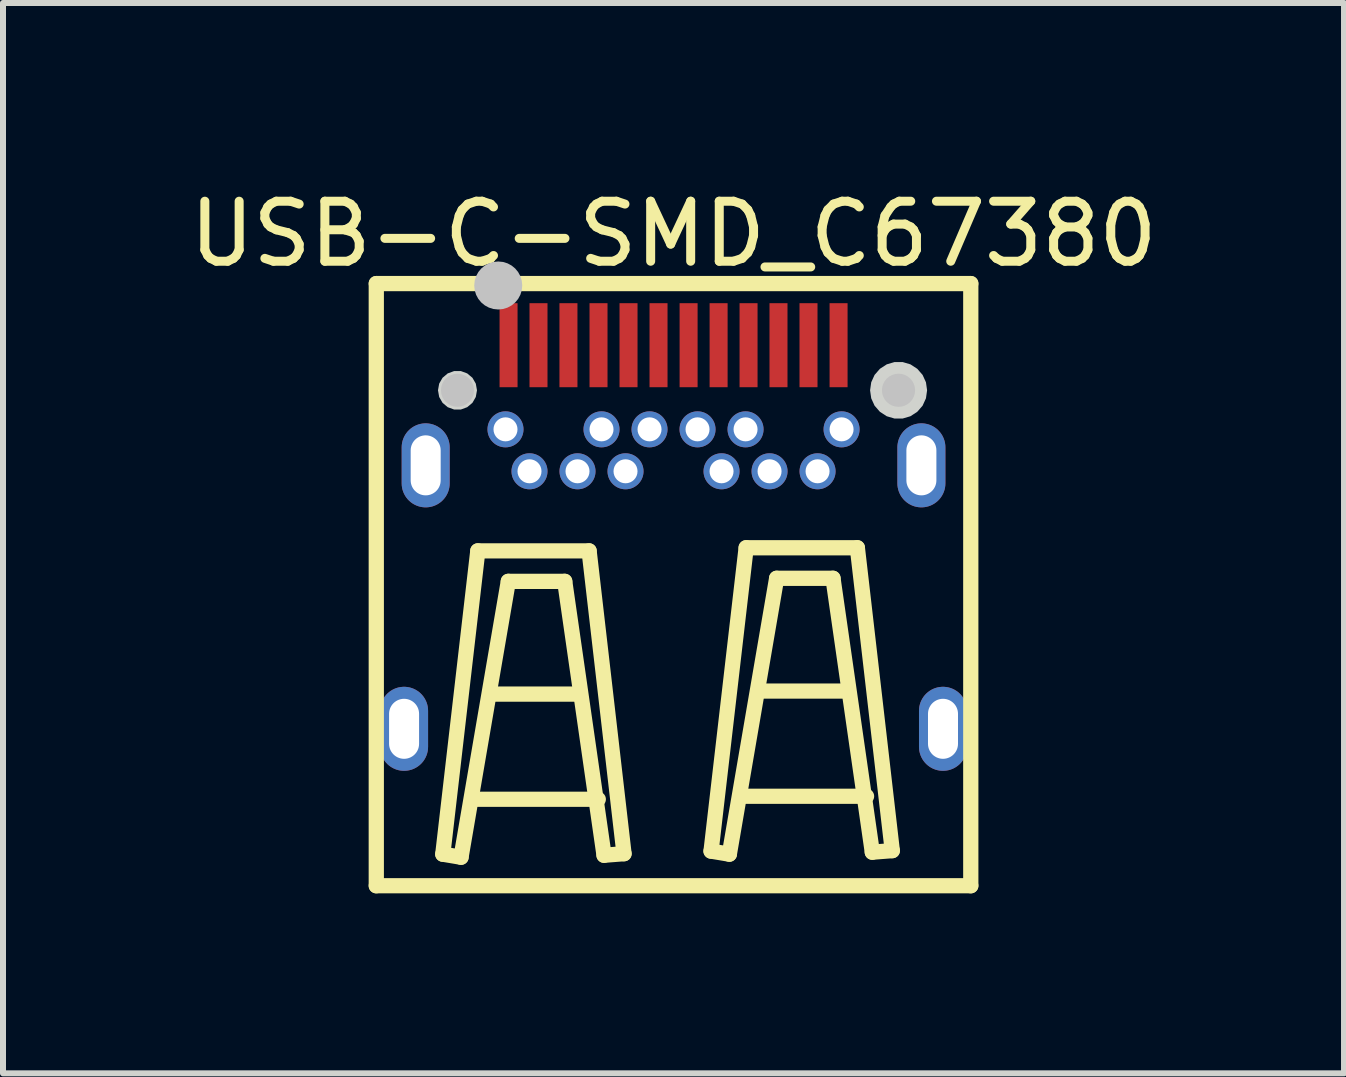
<source format=kicad_pcb>
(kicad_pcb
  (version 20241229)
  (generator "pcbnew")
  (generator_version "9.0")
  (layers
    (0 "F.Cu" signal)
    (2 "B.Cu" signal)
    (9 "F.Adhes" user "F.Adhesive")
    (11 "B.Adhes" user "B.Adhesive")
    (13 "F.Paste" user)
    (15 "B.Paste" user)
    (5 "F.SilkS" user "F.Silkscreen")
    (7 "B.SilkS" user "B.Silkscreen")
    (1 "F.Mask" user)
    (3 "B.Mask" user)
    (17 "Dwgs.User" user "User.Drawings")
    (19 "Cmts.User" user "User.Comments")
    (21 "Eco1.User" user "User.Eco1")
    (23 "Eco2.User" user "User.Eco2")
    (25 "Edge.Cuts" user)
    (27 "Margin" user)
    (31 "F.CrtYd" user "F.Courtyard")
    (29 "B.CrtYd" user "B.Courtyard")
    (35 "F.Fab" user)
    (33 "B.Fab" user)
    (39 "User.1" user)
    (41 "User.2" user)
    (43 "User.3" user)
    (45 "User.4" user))
  (footprint "USB-C-SMD_C67380"
    (layer "F.Cu")
    (at 8.173 5.898)
    (property "Reference" "USB-C-SMD_C67380" (at 0 -5.05 0) (layer "F.SilkS") (effects (font (size 1 1) (thickness 0.15))))
    (fp_line (start -4.953 -4.223) (end 4.953 -4.223) (stroke (width 0.254) (type default)) (layer "F.SilkS"))
    (fp_line (start -4.953 5.811) (end -4.953 -4.223) (stroke (width 0.254) (type default)) (layer "F.SilkS"))
    (fp_line (start -3.845 5.285) (end -3.261 0.231) (stroke (width 0.254) (type default)) (layer "F.SilkS"))
    (fp_line (start -3.541 5.336) (end -3.845 5.285) (stroke (width 0.254) (type default)) (layer "F.SilkS"))
    (fp_line (start -3.261 0.231) (end -1.407 0.231) (stroke (width 0.254) (type default)) (layer "F.SilkS"))
    (fp_line (start -2.753 0.739) (end -3.541 5.336) (stroke (width 0.254) (type default)) (layer "F.SilkS"))
    (fp_line (start -1.813 0.739) (end -2.753 0.739) (stroke (width 0.254) (type default)) (layer "F.SilkS"))
    (fp_line (start -1.585 2.618) (end -3.033 2.618) (stroke (width 0.254) (type default)) (layer "F.SilkS"))
    (fp_line (start -1.407 0.231) (end -0.825 5.277) (stroke (width 0.254) (type default)) (layer "F.SilkS"))
    (fp_line (start -1.254 4.37) (end -3.337 4.37) (stroke (width 0.254) (type default)) (layer "F.SilkS"))
    (fp_line (start -1.158 5.303) (end -1.813 0.739) (stroke (width 0.254) (type default)) (layer "F.SilkS"))
    (fp_line (start -0.825 5.277) (end -1.158 5.303) (stroke (width 0.254) (type default)) (layer "F.SilkS"))
    (fp_line (start 0.625 5.234) (end 0.93 5.285) (stroke (width 0.254) (type default)) (layer "F.SilkS"))
    (fp_line (start 0.93 5.285) (end 1.718 0.688) (stroke (width 0.254) (type default)) (layer "F.SilkS"))
    (fp_line (start 1.21 0.179) (end 0.625 5.234) (stroke (width 0.254) (type default)) (layer "F.SilkS"))
    (fp_line (start 1.718 0.688) (end 2.657 0.688) (stroke (width 0.254) (type default)) (layer "F.SilkS"))
    (fp_line (start 2.657 0.688) (end 3.312 5.252) (stroke (width 0.254) (type default)) (layer "F.SilkS"))
    (fp_line (start 2.886 2.567) (end 1.438 2.567) (stroke (width 0.254) (type default)) (layer "F.SilkS"))
    (fp_line (start 3.063 0.179) (end 1.21 0.179) (stroke (width 0.254) (type default)) (layer "F.SilkS"))
    (fp_line (start 3.216 4.32) (end 1.133 4.32) (stroke (width 0.254) (type default)) (layer "F.SilkS"))
    (fp_line (start 3.312 5.252) (end 3.645 5.226) (stroke (width 0.254) (type default)) (layer "F.SilkS"))
    (fp_line (start 3.645 5.226) (end 3.063 0.179) (stroke (width 0.254) (type default)) (layer "F.SilkS"))
    (fp_line (start 4.953 -4.223) (end 4.953 5.811) (stroke (width 0.254) (type default)) (layer "F.SilkS"))
    (fp_line (start 4.953 5.811) (end -4.953 5.811) (stroke (width 0.254) (type default)) (layer "F.SilkS"))
    (fp_poly (pts (xy -2.599 -2.495) (xy -2.899 -2.495) (xy -2.899 -3.895) (xy -2.599 -3.895)) (stroke (width 0) (type default)) (fill yes) (layer "F.Paste"))
    (fp_poly (pts (xy -2.099 -2.495) (xy -2.401 -2.495) (xy -2.401 -3.895) (xy -2.099 -3.895)) (stroke (width 0) (type default)) (fill yes) (layer "F.Paste"))
    (fp_poly (pts (xy -1.601 -2.495) (xy -1.901 -2.495) (xy -1.901 -3.895) (xy -1.601 -3.895)) (stroke (width 0) (type default)) (fill yes) (layer "F.Paste"))
    (fp_poly (pts (xy -1.101 -2.495) (xy -1.401 -2.495) (xy -1.401 -3.895) (xy -1.101 -3.895)) (stroke (width 0) (type default)) (fill yes) (layer "F.Paste"))
    (fp_poly (pts (xy -0.601 -2.495) (xy -0.9 -2.495) (xy -0.9 -3.895) (xy -0.601 -3.895)) (stroke (width 0) (type default)) (fill yes) (layer "F.Paste"))
    (fp_poly (pts (xy -0.1 -2.495) (xy -0.4 -2.495) (xy -0.4 -3.895) (xy -0.1 -3.895)) (stroke (width 0) (type default)) (fill yes) (layer "F.Paste"))
    (fp_poly (pts (xy 0.4 -2.495) (xy 0.101 -2.495) (xy 0.101 -3.895) (xy 0.4 -3.895)) (stroke (width 0) (type default)) (fill yes) (layer "F.Paste"))
    (fp_poly (pts (xy 0.9 -2.495) (xy 0.601 -2.495) (xy 0.601 -3.895) (xy 0.9 -3.895)) (stroke (width 0) (type default)) (fill yes) (layer "F.Paste"))
    (fp_poly (pts (xy 1.401 -2.495) (xy 1.099 -2.495) (xy 1.099 -3.895) (xy 1.401 -3.895)) (stroke (width 0) (type default)) (fill yes) (layer "F.Paste"))
    (fp_poly (pts (xy 1.899 -2.495) (xy 1.599 -2.495) (xy 1.599 -3.895) (xy 1.899 -3.895)) (stroke (width 0) (type default)) (fill yes) (layer "F.Paste"))
    (fp_poly (pts (xy 2.399 -2.495) (xy 2.099 -2.495) (xy 2.099 -3.895) (xy 2.399 -3.895)) (stroke (width 0) (type default)) (fill yes) (layer "F.Paste"))
    (fp_poly (pts (xy 2.9 -2.495) (xy 2.6 -2.495) (xy 2.6 -3.895) (xy 2.9 -3.895)) (stroke (width 0) (type default)) (fill yes) (layer "F.Paste"))
    (fp_poly (pts (xy -2.807 -2.095) (xy -2.832 -2.093) (xy -2.857 -2.089) (xy -2.881 -2.083) (xy -2.905 -2.075) (xy -2.928 -2.066) (xy -2.95 -2.054) (xy -2.971 -2.041) (xy -2.991 -2.026) (xy -3.01 -2.009) (xy -3.027 -1.99) (xy -3.043 -1.971) (xy -3.057 -1.95) (xy -3.069 -1.928) (xy -3.079 -1.905) (xy -3.087 -1.881) (xy -3.094 -1.857) (xy -3.098 -1.832) (xy -3.1 -1.807) (xy -3.1 -1.782) (xy -3.098 -1.757) (xy -3.094 -1.732) (xy -3.087 -1.708) (xy -3.079 -1.684) (xy -3.069 -1.661) (xy -3.057 -1.639) (xy -3.043 -1.618) (xy -3.027 -1.599) (xy -3.01 -1.58) (xy -2.991 -1.563) (xy -2.971 -1.548) (xy -2.95 -1.534) (xy -2.928 -1.523) (xy -2.905 -1.514) (xy -2.881 -1.506) (xy -2.857 -1.5) (xy -2.832 -1.496) (xy -2.807 -1.494) (xy -2.781 -1.495) (xy -2.756 -1.498) (xy -2.732 -1.502) (xy -2.708 -1.509) (xy -2.684 -1.518) (xy -2.661 -1.528) (xy -2.639 -1.541) (xy -2.619 -1.556) (xy -2.599 -1.571) (xy -2.582 -1.589) (xy -2.565 -1.608) (xy -2.55 -1.629) (xy -2.537 -1.65) (xy -2.526 -1.673) (xy -2.517 -1.696) (xy -2.51 -1.72) (xy -2.505 -1.744) (xy -2.501 -1.77) (xy -2.5 -1.794) (xy -2.501 -1.819) (xy -2.505 -1.845) (xy -2.51 -1.869) (xy -2.517 -1.893) (xy -2.526 -1.917) (xy -2.537 -1.939) (xy -2.55 -1.96) (xy -2.565 -1.981) (xy -2.582 -2) (xy -2.599 -2.018) (xy -2.619 -2.034) (xy -2.639 -2.048) (xy -2.661 -2.061) (xy -2.684 -2.071) (xy -2.708 -2.08) (xy -2.732 -2.087) (xy -2.756 -2.091) (xy -2.781 -2.094)) (stroke (width 0) (type default)) (fill yes) (layer "F.Paste"))
    (fp_poly (pts (xy -2.381 -1.394) (xy -2.406 -1.395) (xy -2.432 -1.393) (xy -2.457 -1.389) (xy -2.481 -1.383) (xy -2.505 -1.375) (xy -2.528 -1.366) (xy -2.55 -1.355) (xy -2.571 -1.341) (xy -2.591 -1.325) (xy -2.61 -1.309) (xy -2.627 -1.29) (xy -2.643 -1.271) (xy -2.656 -1.25) (xy -2.669 -1.228) (xy -2.679 -1.205) (xy -2.687 -1.181) (xy -2.693 -1.157) (xy -2.697 -1.132) (xy -2.7 -1.107) (xy -2.7 -1.082) (xy -2.697 -1.057) (xy -2.693 -1.032) (xy -2.687 -1.008) (xy -2.679 -0.984) (xy -2.669 -0.961) (xy -2.656 -0.939) (xy -2.643 -0.918) (xy -2.627 -0.898) (xy -2.61 -0.88) (xy -2.591 -0.864) (xy -2.571 -0.848) (xy -2.55 -0.835) (xy -2.528 -0.823) (xy -2.505 -0.814) (xy -2.481 -0.805) (xy -2.457 -0.8) (xy -2.432 -0.796) (xy -2.406 -0.794) (xy -2.381 -0.795) (xy -2.356 -0.797) (xy -2.332 -0.802) (xy -2.308 -0.809) (xy -2.284 -0.818) (xy -2.261 -0.829) (xy -2.24 -0.841) (xy -2.219 -0.856) (xy -2.2 -0.872) (xy -2.182 -0.889) (xy -2.165 -0.908) (xy -2.15 -0.928) (xy -2.137 -0.95) (xy -2.126 -0.973) (xy -2.116 -0.996) (xy -2.11 -1.02) (xy -2.104 -1.044) (xy -2.101 -1.069) (xy -2.1 -1.095) (xy -2.101 -1.119) (xy -2.104 -1.145) (xy -2.11 -1.169) (xy -2.116 -1.193) (xy -2.126 -1.216) (xy -2.137 -1.239) (xy -2.15 -1.26) (xy -2.165 -1.281) (xy -2.182 -1.3) (xy -2.2 -1.317) (xy -2.219 -1.333) (xy -2.24 -1.348) (xy -2.261 -1.361) (xy -2.284 -1.371) (xy -2.308 -1.38) (xy -2.332 -1.387) (xy -2.356 -1.391)) (stroke (width 0) (type default)) (fill yes) (layer "F.Paste"))
    (fp_poly (pts (xy -1.607 -1.395) (xy -1.631 -1.393) (xy -1.657 -1.389) (xy -1.681 -1.383) (xy -1.705 -1.375) (xy -1.728 -1.366) (xy -1.75 -1.355) (xy -1.772 -1.341) (xy -1.792 -1.325) (xy -1.81 -1.309) (xy -1.827 -1.29) (xy -1.843 -1.271) (xy -1.857 -1.25) (xy -1.869 -1.228) (xy -1.879 -1.205) (xy -1.887 -1.181) (xy -1.893 -1.157) (xy -1.898 -1.132) (xy -1.9 -1.107) (xy -1.9 -1.082) (xy -1.898 -1.057) (xy -1.893 -1.032) (xy -1.887 -1.008) (xy -1.879 -0.984) (xy -1.869 -0.961) (xy -1.857 -0.939) (xy -1.843 -0.918) (xy -1.827 -0.898) (xy -1.81 -0.88) (xy -1.792 -0.864) (xy -1.772 -0.848) (xy -1.75 -0.835) (xy -1.728 -0.823) (xy -1.705 -0.814) (xy -1.681 -0.805) (xy -1.657 -0.8) (xy -1.631 -0.796) (xy -1.607 -0.794) (xy -1.581 -0.795) (xy -1.556 -0.797) (xy -1.532 -0.802) (xy -1.508 -0.809) (xy -1.484 -0.818) (xy -1.461 -0.829) (xy -1.44 -0.841) (xy -1.419 -0.856) (xy -1.399 -0.872) (xy -1.381 -0.889) (xy -1.365 -0.908) (xy -1.351 -0.928) (xy -1.337 -0.95) (xy -1.326 -0.973) (xy -1.317 -0.996) (xy -1.31 -1.02) (xy -1.304 -1.044) (xy -1.301 -1.069) (xy -1.3 -1.095) (xy -1.301 -1.119) (xy -1.304 -1.145) (xy -1.31 -1.169) (xy -1.317 -1.193) (xy -1.326 -1.216) (xy -1.337 -1.239) (xy -1.351 -1.26) (xy -1.365 -1.281) (xy -1.381 -1.3) (xy -1.399 -1.317) (xy -1.419 -1.333) (xy -1.44 -1.348) (xy -1.461 -1.361) (xy -1.484 -1.371) (xy -1.508 -1.38) (xy -1.532 -1.387) (xy -1.556 -1.391) (xy -1.581 -1.394)) (stroke (width 0) (type default)) (fill yes) (layer "F.Paste"))
    (fp_poly (pts (xy -1.181 -2.094) (xy -1.206 -2.095) (xy -1.232 -2.093) (xy -1.256 -2.089) (xy -1.281 -2.083) (xy -1.304 -2.075) (xy -1.328 -2.066) (xy -1.35 -2.054) (xy -1.371 -2.041) (xy -1.391 -2.026) (xy -1.41 -2.009) (xy -1.427 -1.99) (xy -1.443 -1.971) (xy -1.457 -1.95) (xy -1.469 -1.928) (xy -1.479 -1.905) (xy -1.488 -1.881) (xy -1.494 -1.857) (xy -1.498 -1.832) (xy -1.5 -1.807) (xy -1.5 -1.782) (xy -1.498 -1.757) (xy -1.494 -1.732) (xy -1.488 -1.708) (xy -1.479 -1.684) (xy -1.469 -1.661) (xy -1.457 -1.639) (xy -1.443 -1.618) (xy -1.427 -1.599) (xy -1.41 -1.58) (xy -1.391 -1.563) (xy -1.371 -1.548) (xy -1.35 -1.534) (xy -1.328 -1.523) (xy -1.304 -1.514) (xy -1.281 -1.506) (xy -1.256 -1.5) (xy -1.232 -1.496) (xy -1.206 -1.494) (xy -1.181 -1.495) (xy -1.157 -1.498) (xy -1.131 -1.502) (xy -1.107 -1.509) (xy -1.084 -1.518) (xy -1.061 -1.528) (xy -1.04 -1.541) (xy -1.019 -1.556) (xy -1 -1.571) (xy -0.982 -1.589) (xy -0.965 -1.608) (xy -0.951 -1.629) (xy -0.938 -1.65) (xy -0.926 -1.673) (xy -0.917 -1.696) (xy -0.909 -1.72) (xy -0.904 -1.744) (xy -0.901 -1.77) (xy -0.9 -1.794) (xy -0.901 -1.819) (xy -0.904 -1.845) (xy -0.909 -1.869) (xy -0.917 -1.893) (xy -0.926 -1.917) (xy -0.938 -1.939) (xy -0.951 -1.96) (xy -0.965 -1.981) (xy -0.982 -2) (xy -1 -2.018) (xy -1.019 -2.034) (xy -1.04 -2.048) (xy -1.061 -2.061) (xy -1.084 -2.071) (xy -1.107 -2.08) (xy -1.131 -2.087) (xy -1.157 -2.091)) (stroke (width 0) (type default)) (fill yes) (layer "F.Paste"))
    (fp_poly (pts (xy -0.806 -1.395) (xy -0.832 -1.393) (xy -0.857 -1.389) (xy -0.881 -1.383) (xy -0.904 -1.375) (xy -0.928 -1.366) (xy -0.95 -1.355) (xy -0.972 -1.341) (xy -0.992 -1.325) (xy -1.01 -1.309) (xy -1.027 -1.29) (xy -1.043 -1.271) (xy -1.056 -1.25) (xy -1.069 -1.228) (xy -1.079 -1.205) (xy -1.087 -1.181) (xy -1.093 -1.157) (xy -1.097 -1.132) (xy -1.1 -1.107) (xy -1.1 -1.082) (xy -1.097 -1.057) (xy -1.093 -1.032) (xy -1.087 -1.008) (xy -1.079 -0.984) (xy -1.069 -0.961) (xy -1.056 -0.939) (xy -1.043 -0.918) (xy -1.027 -0.898) (xy -1.01 -0.88) (xy -0.992 -0.864) (xy -0.972 -0.848) (xy -0.95 -0.835) (xy -0.928 -0.823) (xy -0.904 -0.814) (xy -0.881 -0.805) (xy -0.857 -0.8) (xy -0.832 -0.796) (xy -0.806 -0.794) (xy -0.781 -0.795) (xy -0.756 -0.797) (xy -0.732 -0.802) (xy -0.708 -0.809) (xy -0.684 -0.818) (xy -0.661 -0.829) (xy -0.639 -0.841) (xy -0.619 -0.856) (xy -0.6 -0.872) (xy -0.582 -0.889) (xy -0.565 -0.908) (xy -0.55 -0.928) (xy -0.537 -0.95) (xy -0.526 -0.973) (xy -0.517 -0.996) (xy -0.509 -1.02) (xy -0.504 -1.044) (xy -0.501 -1.069) (xy -0.5 -1.095) (xy -0.501 -1.119) (xy -0.504 -1.145) (xy -0.509 -1.169) (xy -0.517 -1.193) (xy -0.526 -1.216) (xy -0.537 -1.239) (xy -0.55 -1.26) (xy -0.565 -1.281) (xy -0.582 -1.3) (xy -0.6 -1.317) (xy -0.619 -1.333) (xy -0.639 -1.348) (xy -0.661 -1.361) (xy -0.684 -1.371) (xy -0.708 -1.38) (xy -0.732 -1.387) (xy -0.756 -1.391) (xy -0.781 -1.394)) (stroke (width 0) (type default)) (fill yes) (layer "F.Paste"))
    (fp_poly (pts (xy -0.381 -2.094) (xy -0.406 -2.095) (xy -0.431 -2.093) (xy -0.457 -2.089) (xy -0.48 -2.083) (xy -0.504 -2.075) (xy -0.528 -2.066) (xy -0.55 -2.054) (xy -0.572 -2.041) (xy -0.592 -2.026) (xy -0.61 -2.009) (xy -0.627 -1.99) (xy -0.642 -1.971) (xy -0.656 -1.95) (xy -0.669 -1.928) (xy -0.679 -1.905) (xy -0.687 -1.881) (xy -0.694 -1.857) (xy -0.698 -1.832) (xy -0.7 -1.807) (xy -0.7 -1.782) (xy -0.698 -1.757) (xy -0.694 -1.732) (xy -0.687 -1.708) (xy -0.679 -1.684) (xy -0.669 -1.661) (xy -0.656 -1.639) (xy -0.642 -1.618) (xy -0.627 -1.599) (xy -0.61 -1.58) (xy -0.592 -1.563) (xy -0.572 -1.548) (xy -0.55 -1.534) (xy -0.528 -1.523) (xy -0.504 -1.514) (xy -0.48 -1.506) (xy -0.457 -1.5) (xy -0.431 -1.496) (xy -0.406 -1.494) (xy -0.381 -1.495) (xy -0.356 -1.498) (xy -0.332 -1.502) (xy -0.307 -1.509) (xy -0.284 -1.518) (xy -0.261 -1.528) (xy -0.239 -1.541) (xy -0.218 -1.556) (xy -0.2 -1.571) (xy -0.181 -1.589) (xy -0.165 -1.608) (xy -0.15 -1.629) (xy -0.137 -1.65) (xy -0.126 -1.673) (xy -0.117 -1.696) (xy -0.11 -1.72) (xy -0.104 -1.744) (xy -0.101 -1.77) (xy -0.1 -1.794) (xy -0.101 -1.819) (xy -0.104 -1.845) (xy -0.11 -1.869) (xy -0.117 -1.893) (xy -0.126 -1.917) (xy -0.137 -1.939) (xy -0.15 -1.96) (xy -0.165 -1.981) (xy -0.181 -2) (xy -0.2 -2.018) (xy -0.218 -2.034) (xy -0.239 -2.048) (xy -0.261 -2.061) (xy -0.284 -2.071) (xy -0.307 -2.08) (xy -0.332 -2.087) (xy -0.356 -2.091)) (stroke (width 0) (type default)) (fill yes) (layer "F.Paste"))
    (fp_poly (pts (xy 0.394 -2.095) (xy 0.368 -2.093) (xy 0.344 -2.089) (xy 0.319 -2.083) (xy 0.295 -2.075) (xy 0.272 -2.066) (xy 0.25 -2.054) (xy 0.229 -2.041) (xy 0.208 -2.026) (xy 0.19 -2.009) (xy 0.172 -1.99) (xy 0.157 -1.971) (xy 0.143 -1.95) (xy 0.131 -1.928) (xy 0.121 -1.905) (xy 0.113 -1.881) (xy 0.106 -1.857) (xy 0.102 -1.832) (xy 0.1 -1.807) (xy 0.1 -1.782) (xy 0.102 -1.757) (xy 0.106 -1.732) (xy 0.113 -1.708) (xy 0.121 -1.684) (xy 0.131 -1.661) (xy 0.143 -1.639) (xy 0.157 -1.618) (xy 0.172 -1.599) (xy 0.19 -1.58) (xy 0.208 -1.563) (xy 0.229 -1.548) (xy 0.25 -1.534) (xy 0.272 -1.523) (xy 0.295 -1.514) (xy 0.319 -1.506) (xy 0.344 -1.5) (xy 0.368 -1.496) (xy 0.394 -1.494) (xy 0.418 -1.495) (xy 0.444 -1.498) (xy 0.469 -1.502) (xy 0.492 -1.509) (xy 0.516 -1.518) (xy 0.539 -1.528) (xy 0.56 -1.541) (xy 0.581 -1.556) (xy 0.601 -1.571) (xy 0.619 -1.589) (xy 0.635 -1.608) (xy 0.649 -1.629) (xy 0.662 -1.65) (xy 0.674 -1.673) (xy 0.683 -1.696) (xy 0.691 -1.72) (xy 0.696 -1.744) (xy 0.699 -1.77) (xy 0.7 -1.794) (xy 0.699 -1.819) (xy 0.696 -1.845) (xy 0.691 -1.869) (xy 0.683 -1.893) (xy 0.674 -1.917) (xy 0.662 -1.939) (xy 0.649 -1.96) (xy 0.635 -1.981) (xy 0.619 -2) (xy 0.601 -2.018) (xy 0.581 -2.034) (xy 0.56 -2.048) (xy 0.539 -2.061) (xy 0.516 -2.071) (xy 0.492 -2.08) (xy 0.469 -2.087) (xy 0.444 -2.091) (xy 0.418 -2.094)) (stroke (width 0) (type default)) (fill yes) (layer "F.Paste"))
    (fp_poly (pts (xy 0.793 -1.395) (xy 0.768 -1.393) (xy 0.744 -1.389) (xy 0.719 -1.383) (xy 0.696 -1.375) (xy 0.672 -1.366) (xy 0.65 -1.355) (xy 0.628 -1.341) (xy 0.609 -1.325) (xy 0.59 -1.309) (xy 0.573 -1.29) (xy 0.557 -1.271) (xy 0.543 -1.25) (xy 0.531 -1.228) (xy 0.521 -1.205) (xy 0.512 -1.181) (xy 0.506 -1.157) (xy 0.502 -1.132) (xy 0.5 -1.107) (xy 0.5 -1.082) (xy 0.502 -1.057) (xy 0.506 -1.032) (xy 0.512 -1.008) (xy 0.521 -0.984) (xy 0.531 -0.961) (xy 0.543 -0.939) (xy 0.557 -0.918) (xy 0.573 -0.898) (xy 0.59 -0.88) (xy 0.609 -0.864) (xy 0.628 -0.848) (xy 0.65 -0.835) (xy 0.672 -0.823) (xy 0.696 -0.814) (xy 0.719 -0.805) (xy 0.744 -0.8) (xy 0.768 -0.796) (xy 0.793 -0.794) (xy 0.819 -0.795) (xy 0.844 -0.797) (xy 0.869 -0.802) (xy 0.892 -0.809) (xy 0.916 -0.818) (xy 0.939 -0.829) (xy 0.961 -0.841) (xy 0.981 -0.856) (xy 1 -0.872) (xy 1.018 -0.889) (xy 1.035 -0.908) (xy 1.05 -0.928) (xy 1.062 -0.95) (xy 1.074 -0.973) (xy 1.083 -0.996) (xy 1.091 -1.02) (xy 1.095 -1.044) (xy 1.099 -1.069) (xy 1.1 -1.095) (xy 1.099 -1.119) (xy 1.095 -1.145) (xy 1.091 -1.169) (xy 1.083 -1.193) (xy 1.074 -1.216) (xy 1.062 -1.239) (xy 1.05 -1.26) (xy 1.035 -1.281) (xy 1.018 -1.3) (xy 1 -1.317) (xy 0.981 -1.333) (xy 0.961 -1.348) (xy 0.939 -1.361) (xy 0.916 -1.371) (xy 0.892 -1.38) (xy 0.869 -1.387) (xy 0.844 -1.391) (xy 0.819 -1.394)) (stroke (width 0) (type default)) (fill yes) (layer "F.Paste"))
    (fp_poly (pts (xy 1.194 -2.095) (xy 1.169 -2.093) (xy 1.143 -2.089) (xy 1.119 -2.083) (xy 1.095 -2.075) (xy 1.072 -2.066) (xy 1.05 -2.054) (xy 1.028 -2.041) (xy 1.008 -2.026) (xy 0.99 -2.009) (xy 0.973 -1.99) (xy 0.957 -1.971) (xy 0.944 -1.95) (xy 0.931 -1.928) (xy 0.921 -1.905) (xy 0.912 -1.881) (xy 0.906 -1.857) (xy 0.902 -1.832) (xy 0.9 -1.807) (xy 0.9 -1.782) (xy 0.902 -1.757) (xy 0.906 -1.732) (xy 0.912 -1.708) (xy 0.921 -1.684) (xy 0.931 -1.661) (xy 0.944 -1.639) (xy 0.957 -1.618) (xy 0.973 -1.599) (xy 0.99 -1.58) (xy 1.008 -1.563) (xy 1.028 -1.548) (xy 1.05 -1.534) (xy 1.072 -1.523) (xy 1.095 -1.514) (xy 1.119 -1.506) (xy 1.143 -1.5) (xy 1.169 -1.496) (xy 1.194 -1.494) (xy 1.218 -1.495) (xy 1.244 -1.498) (xy 1.268 -1.502) (xy 1.292 -1.509) (xy 1.316 -1.518) (xy 1.339 -1.528) (xy 1.361 -1.541) (xy 1.381 -1.556) (xy 1.401 -1.571) (xy 1.419 -1.589) (xy 1.435 -1.608) (xy 1.45 -1.629) (xy 1.463 -1.65) (xy 1.474 -1.673) (xy 1.483 -1.696) (xy 1.49 -1.72) (xy 1.496 -1.744) (xy 1.499 -1.77) (xy 1.5 -1.794) (xy 1.499 -1.819) (xy 1.496 -1.845) (xy 1.49 -1.869) (xy 1.483 -1.893) (xy 1.474 -1.917) (xy 1.463 -1.939) (xy 1.45 -1.96) (xy 1.435 -1.981) (xy 1.419 -2) (xy 1.401 -2.018) (xy 1.381 -2.034) (xy 1.361 -2.048) (xy 1.339 -2.061) (xy 1.316 -2.071) (xy 1.292 -2.08) (xy 1.268 -2.087) (xy 1.244 -2.091) (xy 1.218 -2.094)) (stroke (width 0) (type default)) (fill yes) (layer "F.Paste"))
    (fp_poly (pts (xy 1.593 -1.395) (xy 1.569 -1.393) (xy 1.544 -1.389) (xy 1.52 -1.383) (xy 1.496 -1.375) (xy 1.472 -1.366) (xy 1.45 -1.355) (xy 1.429 -1.341) (xy 1.409 -1.325) (xy 1.39 -1.309) (xy 1.373 -1.29) (xy 1.357 -1.271) (xy 1.343 -1.25) (xy 1.331 -1.228) (xy 1.321 -1.205) (xy 1.312 -1.181) (xy 1.306 -1.157) (xy 1.302 -1.132) (xy 1.3 -1.107) (xy 1.3 -1.082) (xy 1.302 -1.057) (xy 1.306 -1.032) (xy 1.312 -1.008) (xy 1.321 -0.984) (xy 1.331 -0.961) (xy 1.343 -0.939) (xy 1.357 -0.918) (xy 1.373 -0.898) (xy 1.39 -0.88) (xy 1.409 -0.864) (xy 1.429 -0.848) (xy 1.45 -0.835) (xy 1.472 -0.823) (xy 1.496 -0.814) (xy 1.52 -0.805) (xy 1.544 -0.8) (xy 1.569 -0.796) (xy 1.593 -0.794) (xy 1.619 -0.795) (xy 1.644 -0.797) (xy 1.669 -0.802) (xy 1.692 -0.809) (xy 1.716 -0.818) (xy 1.739 -0.829) (xy 1.76 -0.841) (xy 1.782 -0.856) (xy 1.8 -0.872) (xy 1.819 -0.889) (xy 1.835 -0.908) (xy 1.85 -0.928) (xy 1.863 -0.95) (xy 1.874 -0.973) (xy 1.883 -0.996) (xy 1.891 -1.02) (xy 1.896 -1.044) (xy 1.899 -1.069) (xy 1.9 -1.095) (xy 1.899 -1.119) (xy 1.896 -1.145) (xy 1.891 -1.169) (xy 1.883 -1.193) (xy 1.874 -1.216) (xy 1.863 -1.239) (xy 1.85 -1.26) (xy 1.835 -1.281) (xy 1.819 -1.3) (xy 1.8 -1.317) (xy 1.782 -1.333) (xy 1.76 -1.348) (xy 1.739 -1.361) (xy 1.716 -1.371) (xy 1.692 -1.38) (xy 1.669 -1.387) (xy 1.644 -1.391) (xy 1.619 -1.394)) (stroke (width 0) (type default)) (fill yes) (layer "F.Paste"))
    (fp_poly (pts (xy 2.393 -1.395) (xy 2.369 -1.393) (xy 2.344 -1.389) (xy 2.319 -1.383) (xy 2.295 -1.375) (xy 2.272 -1.366) (xy 2.25 -1.355) (xy 2.228 -1.341) (xy 2.208 -1.325) (xy 2.19 -1.309) (xy 2.172 -1.29) (xy 2.157 -1.271) (xy 2.143 -1.25) (xy 2.131 -1.228) (xy 2.121 -1.205) (xy 2.112 -1.181) (xy 2.107 -1.157) (xy 2.102 -1.132) (xy 2.1 -1.107) (xy 2.1 -1.082) (xy 2.102 -1.057) (xy 2.107 -1.032) (xy 2.112 -1.008) (xy 2.121 -0.984) (xy 2.131 -0.961) (xy 2.143 -0.939) (xy 2.157 -0.918) (xy 2.172 -0.898) (xy 2.19 -0.88) (xy 2.208 -0.864) (xy 2.228 -0.848) (xy 2.25 -0.835) (xy 2.272 -0.823) (xy 2.295 -0.814) (xy 2.319 -0.805) (xy 2.344 -0.8) (xy 2.369 -0.796) (xy 2.393 -0.794) (xy 2.418 -0.795) (xy 2.443 -0.797) (xy 2.469 -0.802) (xy 2.493 -0.809) (xy 2.516 -0.818) (xy 2.539 -0.829) (xy 2.561 -0.841) (xy 2.581 -0.856) (xy 2.6 -0.872) (xy 2.619 -0.889) (xy 2.635 -0.908) (xy 2.65 -0.928) (xy 2.663 -0.95) (xy 2.674 -0.973) (xy 2.683 -0.996) (xy 2.691 -1.02) (xy 2.696 -1.044) (xy 2.699 -1.069) (xy 2.7 -1.095) (xy 2.699 -1.119) (xy 2.696 -1.145) (xy 2.691 -1.169) (xy 2.683 -1.193) (xy 2.674 -1.216) (xy 2.663 -1.239) (xy 2.65 -1.26) (xy 2.635 -1.281) (xy 2.619 -1.3) (xy 2.6 -1.317) (xy 2.581 -1.333) (xy 2.561 -1.348) (xy 2.539 -1.361) (xy 2.516 -1.371) (xy 2.493 -1.38) (xy 2.469 -1.387) (xy 2.443 -1.391) (xy 2.418 -1.394)) (stroke (width 0) (type default)) (fill yes) (layer "F.Paste"))
    (fp_poly (pts (xy 2.818 -2.094) (xy 2.793 -2.095) (xy 2.768 -2.093) (xy 2.744 -2.089) (xy 2.719 -2.083) (xy 2.696 -2.075) (xy 2.672 -2.066) (xy 2.65 -2.054) (xy 2.628 -2.041) (xy 2.608 -2.026) (xy 2.59 -2.009) (xy 2.572 -1.99) (xy 2.557 -1.971) (xy 2.543 -1.95) (xy 2.531 -1.928) (xy 2.521 -1.905) (xy 2.513 -1.881) (xy 2.506 -1.857) (xy 2.502 -1.832) (xy 2.5 -1.807) (xy 2.5 -1.782) (xy 2.502 -1.757) (xy 2.506 -1.732) (xy 2.513 -1.708) (xy 2.521 -1.684) (xy 2.531 -1.661) (xy 2.543 -1.639) (xy 2.557 -1.618) (xy 2.572 -1.599) (xy 2.59 -1.58) (xy 2.608 -1.563) (xy 2.628 -1.548) (xy 2.65 -1.534) (xy 2.672 -1.523) (xy 2.696 -1.514) (xy 2.719 -1.506) (xy 2.744 -1.5) (xy 2.768 -1.496) (xy 2.793 -1.494) (xy 2.818 -1.495) (xy 2.844 -1.498) (xy 2.869 -1.502) (xy 2.893 -1.509) (xy 2.916 -1.518) (xy 2.939 -1.528) (xy 2.961 -1.541) (xy 2.981 -1.556) (xy 3.001 -1.571) (xy 3.018 -1.589) (xy 3.035 -1.608) (xy 3.05 -1.629) (xy 3.062 -1.65) (xy 3.074 -1.673) (xy 3.083 -1.696) (xy 3.091 -1.72) (xy 3.095 -1.744) (xy 3.099 -1.77) (xy 3.1 -1.794) (xy 3.099 -1.819) (xy 3.095 -1.845) (xy 3.091 -1.869) (xy 3.083 -1.893) (xy 3.074 -1.917) (xy 3.062 -1.939) (xy 3.05 -1.96) (xy 3.035 -1.981) (xy 3.018 -2) (xy 3.001 -2.018) (xy 2.981 -2.034) (xy 2.961 -2.048) (xy 2.939 -2.061) (xy 2.916 -2.071) (xy 2.893 -2.08) (xy 2.869 -2.087) (xy 2.844 -2.091)) (stroke (width 0) (type default)) (fill yes) (layer "F.Paste"))
    (fp_poly (pts (xy -4.46 2.497) (xy -4.48 2.495) (xy -4.5 2.495) (xy -4.52 2.497) (xy -4.54 2.498) (xy -4.559 2.502) (xy -4.579 2.506) (xy -4.598 2.51) (xy -4.617 2.516) (xy -4.636 2.523) (xy -4.654 2.53) (xy -4.673 2.539) (xy -4.69 2.549) (xy -4.707 2.559) (xy -4.723 2.571) (xy -4.739 2.583) (xy -4.755 2.595) (xy -4.769 2.609) (xy -4.783 2.623) (xy -4.796 2.638) (xy -4.809 2.654) (xy -4.821 2.67) (xy -4.832 2.687) (xy -4.841 2.704) (xy -4.851 2.722) (xy -4.859 2.74) (xy -4.866 2.759) (xy -4.872 2.777) (xy -4.878 2.796) (xy -4.882 2.816) (xy -4.886 2.836) (xy -4.888 2.856) (xy -4.889 2.876) (xy -4.89 2.896) (xy -4.89 3.495) (xy -4.889 3.515) (xy -4.888 3.535) (xy -4.886 3.555) (xy -4.882 3.575) (xy -4.878 3.594) (xy -4.872 3.613) (xy -4.866 3.632) (xy -4.859 3.651) (xy -4.851 3.669) (xy -4.841 3.687) (xy -4.832 3.704) (xy -4.821 3.72) (xy -4.809 3.737) (xy -4.796 3.752) (xy -4.783 3.768) (xy -4.769 3.781) (xy -4.755 3.795) (xy -4.739 3.808) (xy -4.723 3.82) (xy -4.707 3.832) (xy -4.69 3.841) (xy -4.673 3.852) (xy -4.654 3.86) (xy -4.636 3.868) (xy -4.617 3.874) (xy -4.598 3.881) (xy -4.579 3.885) (xy -4.559 3.889) (xy -4.54 3.892) (xy -4.52 3.894) (xy -4.5 3.895) (xy -4.48 3.895) (xy -4.46 3.894) (xy -4.44 3.892) (xy -4.42 3.889) (xy -4.401 3.885) (xy -4.381 3.881) (xy -4.362 3.874) (xy -4.344 3.868) (xy -4.325 3.86) (xy -4.308 3.852) (xy -4.29 3.841) (xy -4.273 3.832) (xy -4.256 3.82) (xy -4.24 3.808) (xy -4.226 3.795) (xy -4.21 3.781) (xy -4.197 3.768) (xy -4.184 3.752) (xy -4.171 3.737) (xy -4.16 3.72) (xy -4.149 3.704) (xy -4.138 3.687) (xy -4.13 3.669) (xy -4.122 3.651) (xy -4.114 3.632) (xy -4.107 3.613) (xy -4.103 3.594) (xy -4.098 3.575) (xy -4.095 3.555) (xy -4.092 3.535) (xy -4.09 3.515) (xy -4.09 3.495) (xy -4.09 2.896) (xy -4.09 2.876) (xy -4.092 2.856) (xy -4.095 2.836) (xy -4.098 2.816) (xy -4.103 2.796) (xy -4.107 2.777) (xy -4.114 2.759) (xy -4.122 2.74) (xy -4.13 2.722) (xy -4.138 2.704) (xy -4.149 2.687) (xy -4.16 2.67) (xy -4.171 2.654) (xy -4.184 2.638) (xy -4.197 2.623) (xy -4.21 2.609) (xy -4.226 2.595) (xy -4.24 2.583) (xy -4.256 2.571) (xy -4.273 2.559) (xy -4.29 2.549) (xy -4.308 2.539) (xy -4.325 2.53) (xy -4.344 2.523) (xy -4.362 2.516) (xy -4.381 2.51) (xy -4.401 2.506) (xy -4.42 2.502) (xy -4.44 2.498)) (stroke (width 0) (type default)) (fill yes) (layer "F.Paste"))
    (fp_poly (pts (xy -4.1 -1.893) (xy -4.12 -1.895) (xy -4.14 -1.895) (xy -4.16 -1.893) (xy -4.18 -1.891) (xy -4.199 -1.889) (xy -4.219 -1.885) (xy -4.239 -1.879) (xy -4.258 -1.873) (xy -4.276 -1.867) (xy -4.295 -1.859) (xy -4.312 -1.851) (xy -4.33 -1.841) (xy -4.347 -1.831) (xy -4.364 -1.819) (xy -4.38 -1.808) (xy -4.394 -1.794) (xy -4.41 -1.781) (xy -4.423 -1.766) (xy -4.436 -1.752) (xy -4.449 -1.736) (xy -4.46 -1.72) (xy -4.471 -1.703) (xy -4.481 -1.686) (xy -4.49 -1.668) (xy -4.498 -1.65) (xy -4.506 -1.631) (xy -4.513 -1.613) (xy -4.518 -1.593) (xy -4.522 -1.574) (xy -4.526 -1.554) (xy -4.528 -1.534) (xy -4.529 -1.514) (xy -4.53 -1.494) (xy -4.53 -0.894) (xy -4.529 -0.875) (xy -4.528 -0.855) (xy -4.526 -0.835) (xy -4.522 -0.816) (xy -4.518 -0.796) (xy -4.513 -0.776) (xy -4.506 -0.758) (xy -4.498 -0.739) (xy -4.49 -0.721) (xy -4.481 -0.703) (xy -4.471 -0.686) (xy -4.46 -0.669) (xy -4.449 -0.653) (xy -4.436 -0.637) (xy -4.423 -0.623) (xy -4.41 -0.608) (xy -4.394 -0.595) (xy -4.38 -0.582) (xy -4.364 -0.57) (xy -4.347 -0.558) (xy -4.33 -0.548) (xy -4.312 -0.538) (xy -4.295 -0.53) (xy -4.276 -0.522) (xy -4.258 -0.515) (xy -4.239 -0.509) (xy -4.219 -0.504) (xy -4.199 -0.5) (xy -4.18 -0.497) (xy -4.16 -0.495) (xy -4.14 -0.494) (xy -4.12 -0.494) (xy -4.1 -0.495) (xy -4.08 -0.497) (xy -4.061 -0.5) (xy -4.041 -0.504) (xy -4.021 -0.509) (xy -4.003 -0.515) (xy -3.984 -0.522) (xy -3.966 -0.53) (xy -3.947 -0.538) (xy -3.93 -0.548) (xy -3.913 -0.558) (xy -3.897 -0.57) (xy -3.881 -0.582) (xy -3.865 -0.595) (xy -3.85 -0.608) (xy -3.837 -0.623) (xy -3.824 -0.637) (xy -3.811 -0.653) (xy -3.8 -0.669) (xy -3.788 -0.686) (xy -3.779 -0.703) (xy -3.769 -0.721) (xy -3.761 -0.739) (xy -3.754 -0.758) (xy -3.748 -0.776) (xy -3.743 -0.796) (xy -3.738 -0.816) (xy -3.735 -0.835) (xy -3.732 -0.855) (xy -3.731 -0.875) (xy -3.73 -0.894) (xy -3.73 -1.494) (xy -3.731 -1.514) (xy -3.732 -1.534) (xy -3.735 -1.554) (xy -3.738 -1.574) (xy -3.743 -1.593) (xy -3.748 -1.613) (xy -3.754 -1.631) (xy -3.761 -1.65) (xy -3.769 -1.668) (xy -3.779 -1.686) (xy -3.788 -1.703) (xy -3.8 -1.72) (xy -3.811 -1.736) (xy -3.824 -1.752) (xy -3.837 -1.766) (xy -3.85 -1.781) (xy -3.865 -1.794) (xy -3.881 -1.808) (xy -3.897 -1.819) (xy -3.913 -1.831) (xy -3.93 -1.841) (xy -3.947 -1.851) (xy -3.966 -1.859) (xy -3.984 -1.867) (xy -4.003 -1.873) (xy -4.021 -1.879) (xy -4.041 -1.885) (xy -4.061 -1.889) (xy -4.08 -1.891)) (stroke (width 0) (type default)) (fill yes) (layer "F.Paste"))
    (fp_poly (pts (xy 4.12 -1.895) (xy 4.1 -1.893) (xy 4.08 -1.891) (xy 4.061 -1.889) (xy 4.041 -1.885) (xy 4.021 -1.879) (xy 4.003 -1.873) (xy 3.983 -1.867) (xy 3.966 -1.859) (xy 3.947 -1.851) (xy 3.93 -1.841) (xy 3.913 -1.831) (xy 3.897 -1.819) (xy 3.881 -1.808) (xy 3.865 -1.794) (xy 3.85 -1.781) (xy 3.837 -1.766) (xy 3.824 -1.752) (xy 3.811 -1.736) (xy 3.8 -1.72) (xy 3.788 -1.703) (xy 3.779 -1.686) (xy 3.769 -1.668) (xy 3.761 -1.65) (xy 3.754 -1.631) (xy 3.748 -1.613) (xy 3.742 -1.593) (xy 3.737 -1.574) (xy 3.735 -1.554) (xy 3.732 -1.534) (xy 3.731 -1.514) (xy 3.73 -1.494) (xy 3.73 -0.894) (xy 3.731 -0.875) (xy 3.732 -0.855) (xy 3.735 -0.835) (xy 3.737 -0.816) (xy 3.742 -0.796) (xy 3.748 -0.776) (xy 3.754 -0.758) (xy 3.761 -0.739) (xy 3.769 -0.721) (xy 3.779 -0.703) (xy 3.788 -0.686) (xy 3.8 -0.669) (xy 3.811 -0.653) (xy 3.824 -0.637) (xy 3.837 -0.623) (xy 3.85 -0.608) (xy 3.865 -0.595) (xy 3.881 -0.582) (xy 3.897 -0.57) (xy 3.913 -0.558) (xy 3.93 -0.548) (xy 3.947 -0.538) (xy 3.966 -0.53) (xy 3.983 -0.522) (xy 4.003 -0.515) (xy 4.021 -0.509) (xy 4.041 -0.504) (xy 4.061 -0.5) (xy 4.08 -0.497) (xy 4.1 -0.495) (xy 4.12 -0.494) (xy 4.14 -0.494) (xy 4.16 -0.495) (xy 4.179 -0.497) (xy 4.199 -0.5) (xy 4.219 -0.504) (xy 4.238 -0.509) (xy 4.257 -0.515) (xy 4.276 -0.522) (xy 4.295 -0.53) (xy 4.312 -0.538) (xy 4.33 -0.548) (xy 4.347 -0.558) (xy 4.364 -0.57) (xy 4.379 -0.582) (xy 4.394 -0.595) (xy 4.409 -0.608) (xy 4.423 -0.623) (xy 4.436 -0.637) (xy 4.449 -0.653) (xy 4.46 -0.669) (xy 4.471 -0.686) (xy 4.481 -0.703) (xy 4.49 -0.721) (xy 4.498 -0.739) (xy 4.505 -0.758) (xy 4.512 -0.776) (xy 4.518 -0.796) (xy 4.522 -0.816) (xy 4.526 -0.835) (xy 4.528 -0.855) (xy 4.529 -0.875) (xy 4.53 -0.894) (xy 4.53 -1.494) (xy 4.529 -1.514) (xy 4.528 -1.534) (xy 4.526 -1.554) (xy 4.522 -1.574) (xy 4.518 -1.593) (xy 4.512 -1.613) (xy 4.505 -1.631) (xy 4.498 -1.65) (xy 4.49 -1.668) (xy 4.481 -1.686) (xy 4.471 -1.703) (xy 4.46 -1.72) (xy 4.449 -1.736) (xy 4.436 -1.752) (xy 4.423 -1.766) (xy 4.409 -1.781) (xy 4.394 -1.794) (xy 4.379 -1.808) (xy 4.364 -1.819) (xy 4.347 -1.831) (xy 4.33 -1.841) (xy 4.312 -1.851) (xy 4.295 -1.859) (xy 4.276 -1.867) (xy 4.257 -1.873) (xy 4.238 -1.879) (xy 4.219 -1.885) (xy 4.199 -1.889) (xy 4.179 -1.891) (xy 4.16 -1.893) (xy 4.14 -1.895)) (stroke (width 0) (type default)) (fill yes) (layer "F.Paste"))
    (fp_poly (pts (xy 4.52 2.497) (xy 4.5 2.495) (xy 4.48 2.495) (xy 4.46 2.497) (xy 4.44 2.498) (xy 4.42 2.502) (xy 4.401 2.506) (xy 4.381 2.51) (xy 4.362 2.516) (xy 4.344 2.523) (xy 4.325 2.53) (xy 4.308 2.539) (xy 4.29 2.549) (xy 4.273 2.559) (xy 4.256 2.571) (xy 4.24 2.583) (xy 4.226 2.595) (xy 4.21 2.609) (xy 4.197 2.623) (xy 4.184 2.638) (xy 4.171 2.654) (xy 4.16 2.67) (xy 4.149 2.687) (xy 4.138 2.704) (xy 4.13 2.722) (xy 4.122 2.74) (xy 4.114 2.759) (xy 4.107 2.777) (xy 4.103 2.796) (xy 4.098 2.816) (xy 4.095 2.836) (xy 4.092 2.856) (xy 4.09 2.876) (xy 4.09 2.896) (xy 4.09 3.495) (xy 4.09 3.515) (xy 4.092 3.535) (xy 4.095 3.555) (xy 4.098 3.575) (xy 4.103 3.594) (xy 4.107 3.613) (xy 4.114 3.632) (xy 4.122 3.651) (xy 4.13 3.669) (xy 4.138 3.687) (xy 4.149 3.704) (xy 4.16 3.72) (xy 4.171 3.737) (xy 4.184 3.752) (xy 4.197 3.768) (xy 4.21 3.781) (xy 4.226 3.795) (xy 4.24 3.808) (xy 4.256 3.82) (xy 4.273 3.832) (xy 4.29 3.841) (xy 4.308 3.852) (xy 4.325 3.86) (xy 4.344 3.868) (xy 4.362 3.874) (xy 4.381 3.881) (xy 4.401 3.885) (xy 4.42 3.889) (xy 4.44 3.892) (xy 4.46 3.894) (xy 4.48 3.895) (xy 4.5 3.895) (xy 4.52 3.894) (xy 4.54 3.892) (xy 4.559 3.889) (xy 4.579 3.885) (xy 4.598 3.881) (xy 4.617 3.874) (xy 4.636 3.868) (xy 4.654 3.86) (xy 4.673 3.852) (xy 4.69 3.841) (xy 4.707 3.832) (xy 4.723 3.82) (xy 4.739 3.808) (xy 4.755 3.795) (xy 4.769 3.781) (xy 4.783 3.768) (xy 4.796 3.752) (xy 4.809 3.737) (xy 4.821 3.72) (xy 4.832 3.704) (xy 4.841 3.687) (xy 4.851 3.669) (xy 4.859 3.651) (xy 4.866 3.632) (xy 4.872 3.613) (xy 4.878 3.594) (xy 4.882 3.575) (xy 4.886 3.555) (xy 4.888 3.535) (xy 4.889 3.515) (xy 4.89 3.495) (xy 4.89 2.896) (xy 4.889 2.876) (xy 4.888 2.856) (xy 4.886 2.836) (xy 4.882 2.816) (xy 4.878 2.796) (xy 4.872 2.777) (xy 4.866 2.759) (xy 4.859 2.74) (xy 4.851 2.722) (xy 4.841 2.704) (xy 4.832 2.687) (xy 4.821 2.67) (xy 4.809 2.654) (xy 4.796 2.638) (xy 4.783 2.623) (xy 4.769 2.609) (xy 4.755 2.595) (xy 4.739 2.583) (xy 4.723 2.571) (xy 4.707 2.559) (xy 4.69 2.549) (xy 4.673 2.539) (xy 4.654 2.53) (xy 4.636 2.523) (xy 4.617 2.516) (xy 4.598 2.51) (xy 4.579 2.506) (xy 4.559 2.502) (xy 4.54 2.498)) (stroke (width 0) (type default)) (fill yes) (layer "F.Paste"))
    (fp_circle (center -3.6 -2.445) (end -3.462 -2.445) (stroke (width 0.275) (type default)) (fill no) (layer "Dwgs.User"))
    (fp_circle (center -2.921 -4.191) (end -2.721 -4.191) (stroke (width 0.4) (type default)) (fill no) (layer "Dwgs.User"))
    (fp_circle (center 3.749 -2.445) (end 3.888 -2.445) (stroke (width 0.275) (type default)) (fill no) (layer "Dwgs.User"))
    (fp_poly (pts (xy -3.275 -2.445) (xy -3.295 -2.556) (xy -3.351 -2.653) (xy -3.438 -2.726) (xy -3.544 -2.765) (xy -3.656 -2.765) (xy -3.763 -2.726) (xy -3.849 -2.653) (xy -3.905 -2.556) (xy -3.925 -2.445) (xy -3.905 -2.333) (xy -3.849 -2.236) (xy -3.763 -2.163) (xy -3.656 -2.124) (xy -3.544 -2.124) (xy -3.438 -2.163) (xy -3.351 -2.236) (xy -3.295 -2.333)) (stroke (width 0) (type default)) (fill yes) (layer "Edge.Cuts"))
    (fp_poly (pts (xy 4.225 -2.445) (xy 4.206 -2.578) (xy 4.15 -2.701) (xy 4.061 -2.803) (xy 3.947 -2.877) (xy 3.818 -2.915) (xy 3.682 -2.915) (xy 3.553 -2.877) (xy 3.439 -2.803) (xy 3.35 -2.701) (xy 3.294 -2.578) (xy 3.275 -2.445) (xy 3.294 -2.311) (xy 3.35 -2.188) (xy 3.439 -2.086) (xy 3.553 -2.012) (xy 3.682 -1.974) (xy 3.818 -1.974) (xy 3.947 -2.012) (xy 4.061 -2.086) (xy 4.15 -2.188) (xy 4.206 -2.311)) (stroke (width 0) (type default)) (fill yes) (layer "Edge.Cuts"))
    (fp_poly (pts (xy -4.34 3.546) (xy -4.64 3.546) (xy -4.64 2.845) (xy -4.34 2.845)) (stroke (width 0.1) (type default)) (fill no) (layer "User.1"))
    (fp_poly (pts (xy -3.98 -0.845) (xy -4.28 -0.845) (xy -4.28 -1.544) (xy -3.98 -1.544)) (stroke (width 0.1) (type default)) (fill no) (layer "User.1"))
    (fp_poly (pts (xy -2.68 -1.869) (xy -2.68 -1.72) (xy -2.92 -1.72) (xy -2.92 -1.869)) (stroke (width 0.1) (type default)) (fill no) (layer "User.1"))
    (fp_poly (pts (xy -2.65 -2.821) (xy -2.849 -2.821) (xy -2.849 -3.571) (xy -2.65 -3.571)) (stroke (width 0.1) (type default)) (fill no) (layer "User.1"))
    (fp_poly (pts (xy -2.28 -1.169) (xy -2.28 -1.02) (xy -2.52 -1.02) (xy -2.52 -1.169)) (stroke (width 0.1) (type default)) (fill no) (layer "User.1"))
    (fp_poly (pts (xy -2.151 -2.821) (xy -2.35 -2.821) (xy -2.35 -3.571) (xy -2.151 -3.571)) (stroke (width 0.1) (type default)) (fill no) (layer "User.1"))
    (fp_poly (pts (xy -1.72 -1.02) (xy -1.72 -1.169) (xy -1.48 -1.169) (xy -1.48 -1.02)) (stroke (width 0.1) (type default)) (fill no) (layer "User.1"))
    (fp_poly (pts (xy -1.651 -2.821) (xy -1.851 -2.821) (xy -1.851 -3.571) (xy -1.651 -3.571)) (stroke (width 0.1) (type default)) (fill no) (layer "User.1"))
    (fp_poly (pts (xy -1.151 -2.821) (xy -1.351 -2.821) (xy -1.351 -3.571) (xy -1.151 -3.571)) (stroke (width 0.1) (type default)) (fill no) (layer "User.1"))
    (fp_poly (pts (xy -1.08 -1.869) (xy -1.08 -1.72) (xy -1.32 -1.72) (xy -1.32 -1.869)) (stroke (width 0.1) (type default)) (fill no) (layer "User.1"))
    (fp_poly (pts (xy -0.68 -1.169) (xy -0.68 -1.02) (xy -0.92 -1.02) (xy -0.92 -1.169)) (stroke (width 0.1) (type default)) (fill no) (layer "User.1"))
    (fp_poly (pts (xy -0.65 -2.821) (xy -0.851 -2.821) (xy -0.851 -3.571) (xy -0.65 -3.571)) (stroke (width 0.1) (type default)) (fill no) (layer "User.1"))
    (fp_poly (pts (xy -0.28 -1.869) (xy -0.28 -1.72) (xy -0.52 -1.72) (xy -0.52 -1.869)) (stroke (width 0.1) (type default)) (fill no) (layer "User.1"))
    (fp_poly (pts (xy -0.15 -2.821) (xy -0.35 -2.821) (xy -0.35 -3.571) (xy -0.15 -3.571)) (stroke (width 0.1) (type default)) (fill no) (layer "User.1"))
    (fp_poly (pts (xy 0.35 -2.821) (xy 0.15 -2.821) (xy 0.15 -3.571) (xy 0.35 -3.571)) (stroke (width 0.1) (type default)) (fill no) (layer "User.1"))
    (fp_poly (pts (xy 0.519 -1.869) (xy 0.519 -1.72) (xy 0.28 -1.72) (xy 0.28 -1.869)) (stroke (width 0.1) (type default)) (fill no) (layer "User.1"))
    (fp_poly (pts (xy 0.851 -2.821) (xy 0.65 -2.821) (xy 0.65 -3.571) (xy 0.851 -3.571)) (stroke (width 0.1) (type default)) (fill no) (layer "User.1"))
    (fp_poly (pts (xy 0.92 -1.169) (xy 0.92 -1.02) (xy 0.68 -1.02) (xy 0.68 -1.169)) (stroke (width 0.1) (type default)) (fill no) (layer "User.1"))
    (fp_poly (pts (xy 1.32 -1.869) (xy 1.32 -1.72) (xy 1.08 -1.72) (xy 1.08 -1.869)) (stroke (width 0.1) (type default)) (fill no) (layer "User.1"))
    (fp_poly (pts (xy 1.35 -2.821) (xy 1.15 -2.821) (xy 1.15 -3.571) (xy 1.35 -3.571)) (stroke (width 0.1) (type default)) (fill no) (layer "User.1"))
    (fp_poly (pts (xy 1.72 -1.169) (xy 1.72 -1.02) (xy 1.48 -1.02) (xy 1.48 -1.169)) (stroke (width 0.1) (type default)) (fill no) (layer "User.1"))
    (fp_poly (pts (xy 1.849 -2.821) (xy 1.649 -2.821) (xy 1.649 -3.571) (xy 1.849 -3.571)) (stroke (width 0.1) (type default)) (fill no) (layer "User.1"))
    (fp_poly (pts (xy 2.349 -2.821) (xy 2.15 -2.821) (xy 2.15 -3.571) (xy 2.349 -3.571)) (stroke (width 0.1) (type default)) (fill no) (layer "User.1"))
    (fp_poly (pts (xy 2.519 -1.169) (xy 2.519 -1.02) (xy 2.28 -1.02) (xy 2.28 -1.169)) (stroke (width 0.1) (type default)) (fill no) (layer "User.1"))
    (fp_poly (pts (xy 2.849 -2.821) (xy 2.65 -2.821) (xy 2.65 -3.571) (xy 2.849 -3.571)) (stroke (width 0.1) (type default)) (fill no) (layer "User.1"))
    (fp_poly (pts (xy 2.92 -1.869) (xy 2.92 -1.72) (xy 2.68 -1.72) (xy 2.68 -1.869)) (stroke (width 0.1) (type default)) (fill no) (layer "User.1"))
    (fp_poly (pts (xy 4.279 -0.845) (xy 3.979 -0.845) (xy 3.979 -1.544) (xy 4.279 -1.544)) (stroke (width 0.1) (type default)) (fill no) (layer "User.1"))
    (fp_poly (pts (xy 4.64 3.546) (xy 4.34 3.546) (xy 4.34 2.845) (xy 4.64 2.845)) (stroke (width 0.1) (type default)) (fill no) (layer "User.1"))
    (fp_line (start -4.8 -4.147) (end 4.95 -4.147) (stroke (width 0.051) (type default)) (layer "User.2"))
    (fp_line (start -4.8 5.723) (end -4.8 -4.147) (stroke (width 0.051) (type default)) (layer "User.2"))
    (fp_line (start 4.95 -4.147) (end 4.95 5.723) (stroke (width 0.051) (type default)) (layer "User.2"))
    (fp_line (start 4.95 5.723) (end -4.8 5.723) (stroke (width 0.051) (type default)) (layer "User.2"))
    (fp_poly (pts (xy -4.74 -4.147) (xy -4.758 -4.19) (xy -4.8 -4.207) (xy -4.842 -4.19) (xy -4.86 -4.147) (xy -4.842 -4.105) (xy -4.8 -4.088) (xy -4.758 -4.105)) (stroke (width 0.1) (type default)) (fill no) (layer "User.3"))
    (pad "13" thru_hole oval (at 4.13 -1.194 180) (size 0.8 1.4) (drill oval 0.5 1) (layers "*.Cu" "*.Mask"))
    (pad "14" thru_hole oval (at -4.13 -1.194 180) (size 0.8 1.4) (drill oval 0.5 1) (layers "*.Cu" "*.Mask"))
    (pad "15" thru_hole oval (at -4.49 3.196 180) (size 0.8 1.4) (drill oval 0.5 1) (layers "*.Cu" "*.Mask"))
    (pad "16" thru_hole oval (at 4.49 3.196 180) (size 0.8 1.4) (drill oval 0.5 1) (layers "*.Cu" "*.Mask"))
    (pad "A1" smd rect (at -2.749 -3.196 180) (size 0.3 1.4) (layers "F.Cu" "F.Mask" "F.Paste"))
    (pad "A2" smd rect (at -2.25 -3.196 180) (size 0.3 1.4) (layers "F.Cu" "F.Mask" "F.Paste"))
    (pad "A3" smd rect (at -1.751 -3.196 180) (size 0.3 1.4) (layers "F.Cu" "F.Mask" "F.Paste"))
    (pad "A4" smd rect (at -1.25 -3.196 180) (size 0.3 1.4) (layers "F.Cu" "F.Mask" "F.Paste"))
    (pad "A5" smd rect (at -0.75 -3.196 180) (size 0.3 1.4) (layers "F.Cu" "F.Mask" "F.Paste"))
    (pad "A6" smd rect (at -0.25 -3.196 180) (size 0.3 1.4) (layers "F.Cu" "F.Mask" "F.Paste"))
    (pad "A7" smd rect (at 0.251 -3.196 180) (size 0.3 1.4) (layers "F.Cu" "F.Mask" "F.Paste"))
    (pad "A8" smd rect (at 0.751 -3.196 180) (size 0.3 1.4) (layers "F.Cu" "F.Mask" "F.Paste"))
    (pad "A9" smd rect (at 1.25 -3.196 180) (size 0.3 1.4) (layers "F.Cu" "F.Mask" "F.Paste"))
    (pad "A10" smd rect (at 1.749 -3.196 180) (size 0.3 1.4) (layers "F.Cu" "F.Mask" "F.Paste"))
    (pad "A11" smd rect (at 2.249 -3.196 180) (size 0.3 1.4) (layers "F.Cu" "F.Mask" "F.Paste"))
    (pad "A12" smd rect (at 2.75 -3.196 180) (size 0.3 1.4) (layers "F.Cu" "F.Mask" "F.Paste"))
    (pad "B1" thru_hole circle (at 2.8 -1.794 180) (size 0.6 0.6) (drill 0.4) (layers "*.Cu" "*.Mask"))
    (pad "B2" thru_hole circle (at 2.4 -1.095 180) (size 0.6 0.6) (drill 0.4) (layers "*.Cu" "*.Mask"))
    (pad "B3" thru_hole circle (at 1.6 -1.095 180) (size 0.6 0.6) (drill 0.4) (layers "*.Cu" "*.Mask"))
    (pad "B4" thru_hole circle (at 1.2 -1.794 180) (size 0.6 0.6) (drill 0.4) (layers "*.Cu" "*.Mask"))
    (pad "B5" thru_hole circle (at 0.8 -1.095 180) (size 0.6 0.6) (drill 0.4) (layers "*.Cu" "*.Mask"))
    (pad "B6" thru_hole circle (at 0.4 -1.794 180) (size 0.6 0.6) (drill 0.4) (layers "*.Cu" "*.Mask"))
    (pad "B7" thru_hole circle (at -0.4 -1.794 180) (size 0.6 0.6) (drill 0.4) (layers "*.Cu" "*.Mask"))
    (pad "B8" thru_hole circle (at -0.8 -1.095 180) (size 0.6 0.6) (drill 0.4) (layers "*.Cu" "*.Mask"))
    (pad "B9" thru_hole circle (at -1.2 -1.794 180) (size 0.6 0.6) (drill 0.4) (layers "*.Cu" "*.Mask"))
    (pad "B10" thru_hole circle (at -1.6 -1.095 180) (size 0.6 0.6) (drill 0.4) (layers "*.Cu" "*.Mask"))
    (pad "B11" thru_hole circle (at -2.4 -1.095 180) (size 0.6 0.6) (drill 0.4) (layers "*.Cu" "*.Mask"))
    (pad "B12" thru_hole circle (at -2.8 -1.794 180) (size 0.6 0.6) (drill 0.4) (layers "*.Cu" "*.Mask")))
  (gr_rect
    (start -3 -3)
    (end 19.345 14.835)
    (stroke (width 0.1) (type default))
    (fill no)
    (layer "Edge.Cuts")))
</source>
